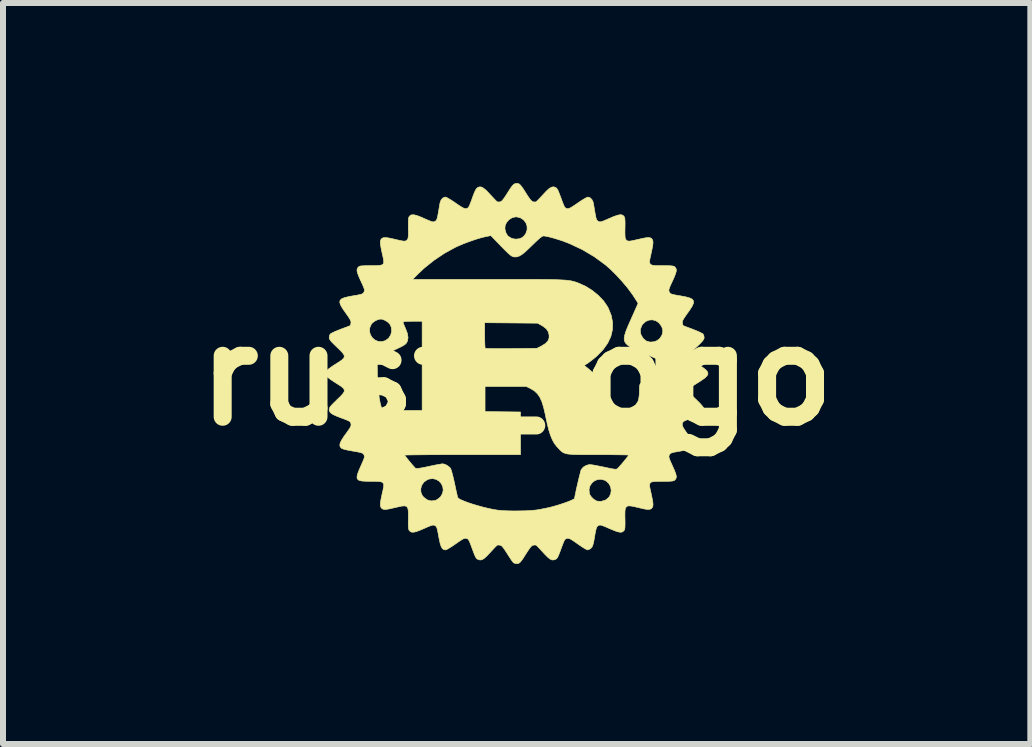
<source format=kicad_pcb>
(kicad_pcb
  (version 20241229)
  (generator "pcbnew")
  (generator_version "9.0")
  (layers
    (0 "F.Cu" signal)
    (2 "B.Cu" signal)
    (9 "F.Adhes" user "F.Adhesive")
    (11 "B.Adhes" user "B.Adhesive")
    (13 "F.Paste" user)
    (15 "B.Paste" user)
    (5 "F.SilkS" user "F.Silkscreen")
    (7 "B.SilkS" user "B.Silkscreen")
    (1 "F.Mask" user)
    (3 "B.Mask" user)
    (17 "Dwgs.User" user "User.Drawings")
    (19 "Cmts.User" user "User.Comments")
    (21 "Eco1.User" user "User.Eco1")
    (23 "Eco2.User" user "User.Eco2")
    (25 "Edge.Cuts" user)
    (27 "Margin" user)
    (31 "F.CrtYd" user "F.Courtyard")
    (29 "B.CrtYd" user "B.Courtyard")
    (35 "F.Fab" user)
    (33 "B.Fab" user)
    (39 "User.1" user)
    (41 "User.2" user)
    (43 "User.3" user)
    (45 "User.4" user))
  (footprint "rust_logo"
    (layer "F.Cu")
    (at 5.559 3.205)
    (property "Reference" "rust_logo" (at 0 0 0) (layer "F.SilkS") (effects (font (size 1.524 1.524) (thickness 0.3))))
    (attr through_hole)
    (fp_poly (pts (xy 0.031 -3.195) (xy 0.05 -3.184) (xy 0.075 -3.157) (xy 0.107 -3.112) (xy 0.15 -3.046) (xy 0.151 -3.043) (xy 0.191 -2.981) (xy 0.22 -2.939) (xy 0.243 -2.912) (xy 0.262 -2.897) (xy 0.275 -2.892) (xy 0.306 -2.889) (xy 0.323 -2.892) (xy 0.336 -2.903) (xy 0.363 -2.93) (xy 0.398 -2.967) (xy 0.438 -3.01) (xy 0.494 -3.07) (xy 0.539 -3.111) (xy 0.576 -3.134) (xy 0.607 -3.142) (xy 0.636 -3.137) (xy 0.64 -3.135) (xy 0.656 -3.126) (xy 0.67 -3.114) (xy 0.683 -3.094) (xy 0.698 -3.062) (xy 0.717 -3.014) (xy 0.742 -2.947) (xy 0.744 -2.94) (xy 0.768 -2.877) (xy 0.785 -2.834) (xy 0.8 -2.806) (xy 0.813 -2.79) (xy 0.828 -2.782) (xy 0.845 -2.778) (xy 0.864 -2.779) (xy 0.891 -2.79) (xy 0.929 -2.812) (xy 0.983 -2.848) (xy 1.018 -2.872) (xy 1.072 -2.909) (xy 1.121 -2.939) (xy 1.16 -2.961) (xy 1.184 -2.971) (xy 1.187 -2.972) (xy 1.223 -2.96) (xy 1.254 -2.93) (xy 1.274 -2.889) (xy 1.276 -2.88) (xy 1.282 -2.849) (xy 1.29 -2.802) (xy 1.3 -2.745) (xy 1.305 -2.712) (xy 1.316 -2.653) (xy 1.325 -2.614) (xy 1.335 -2.59) (xy 1.348 -2.575) (xy 1.36 -2.567) (xy 1.375 -2.56) (xy 1.391 -2.558) (xy 1.413 -2.562) (xy 1.445 -2.573) (xy 1.492 -2.593) (xy 1.541 -2.614) (xy 1.617 -2.647) (xy 1.675 -2.667) (xy 1.718 -2.677) (xy 1.75 -2.676) (xy 1.774 -2.664) (xy 1.785 -2.654) (xy 1.794 -2.641) (xy 1.801 -2.623) (xy 1.804 -2.596) (xy 1.806 -2.555) (xy 1.806 -2.496) (xy 1.805 -2.456) (xy 1.804 -2.384) (xy 1.805 -2.334) (xy 1.807 -2.3) (xy 1.812 -2.278) (xy 1.82 -2.263) (xy 1.824 -2.259) (xy 1.837 -2.246) (xy 1.853 -2.239) (xy 1.875 -2.237) (xy 1.909 -2.241) (xy 1.958 -2.251) (xy 2.027 -2.267) (xy 2.103 -2.284) (xy 2.158 -2.294) (xy 2.198 -2.297) (xy 2.225 -2.293) (xy 2.244 -2.283) (xy 2.252 -2.275) (xy 2.265 -2.257) (xy 2.271 -2.233) (xy 2.271 -2.199) (xy 2.265 -2.151) (xy 2.252 -2.085) (xy 2.24 -2.029) (xy 2.224 -1.959) (xy 2.215 -1.908) (xy 2.217 -1.872) (xy 2.231 -1.849) (xy 2.26 -1.836) (xy 2.307 -1.83) (xy 2.375 -1.829) (xy 2.433 -1.829) (xy 2.508 -1.828) (xy 2.561 -1.827) (xy 2.597 -1.823) (xy 2.62 -1.818) (xy 2.633 -1.81) (xy 2.634 -1.809) (xy 2.652 -1.787) (xy 2.66 -1.764) (xy 2.659 -1.733) (xy 2.647 -1.692) (xy 2.625 -1.636) (xy 2.598 -1.576) (xy 2.569 -1.514) (xy 2.55 -1.469) (xy 2.539 -1.439) (xy 2.536 -1.418) (xy 2.538 -1.402) (xy 2.545 -1.388) (xy 2.554 -1.373) (xy 2.566 -1.362) (xy 2.586 -1.353) (xy 2.619 -1.345) (xy 2.668 -1.335) (xy 2.731 -1.325) (xy 2.82 -1.308) (xy 2.885 -1.29) (xy 2.927 -1.269) (xy 2.947 -1.24) (xy 2.946 -1.203) (xy 2.925 -1.154) (xy 2.885 -1.091) (xy 2.85 -1.042) (xy 2.81 -0.985) (xy 2.783 -0.944) (xy 2.767 -0.915) (xy 2.761 -0.893) (xy 2.761 -0.874) (xy 2.761 -0.871) (xy 2.768 -0.844) (xy 2.772 -0.831) (xy 2.784 -0.825) (xy 2.816 -0.813) (xy 2.863 -0.795) (xy 2.92 -0.774) (xy 2.933 -0.769) (xy 2.993 -0.745) (xy 3.045 -0.723) (xy 3.084 -0.703) (xy 3.106 -0.69) (xy 3.107 -0.688) (xy 3.119 -0.66) (xy 3.124 -0.63) (xy 3.121 -0.612) (xy 3.11 -0.591) (xy 3.089 -0.564) (xy 3.055 -0.528) (xy 3.004 -0.479) (xy 2.997 -0.472) (xy 2.937 -0.415) (xy 2.896 -0.37) (xy 2.874 -0.335) (xy 2.872 -0.306) (xy 2.891 -0.277) (xy 2.929 -0.245) (xy 2.989 -0.205) (xy 3.023 -0.184) (xy 3.098 -0.135) (xy 3.151 -0.094) (xy 3.181 -0.059) (xy 3.188 -0.025) (xy 3.172 0.008) (xy 3.134 0.045) (xy 3.072 0.088) (xy 3.021 0.121) (xy 2.953 0.164) (xy 2.905 0.199) (xy 2.878 0.228) (xy 2.871 0.257) (xy 2.883 0.29) (xy 2.916 0.329) (xy 2.967 0.38) (xy 2.997 0.408) (xy 3.059 0.47) (xy 3.101 0.519) (xy 3.123 0.56) (xy 3.124 0.594) (xy 3.103 0.624) (xy 3.059 0.653) (xy 2.992 0.683) (xy 2.918 0.711) (xy 2.856 0.734) (xy 2.814 0.751) (xy 2.787 0.765) (xy 2.772 0.777) (xy 2.765 0.792) (xy 2.761 0.807) (xy 2.76 0.826) (xy 2.764 0.846) (xy 2.776 0.871) (xy 2.798 0.906) (xy 2.832 0.955) (xy 2.85 0.979) (xy 2.898 1.047) (xy 2.929 1.101) (xy 2.945 1.142) (xy 2.946 1.174) (xy 2.933 1.2) (xy 2.922 1.212) (xy 2.897 1.224) (xy 2.847 1.238) (xy 2.776 1.253) (xy 2.731 1.261) (xy 2.662 1.273) (xy 2.615 1.282) (xy 2.584 1.291) (xy 2.564 1.3) (xy 2.553 1.311) (xy 2.545 1.323) (xy 2.539 1.339) (xy 2.537 1.355) (xy 2.541 1.377) (xy 2.552 1.408) (xy 2.572 1.454) (xy 2.598 1.512) (xy 2.63 1.584) (xy 2.65 1.637) (xy 2.66 1.676) (xy 2.659 1.705) (xy 2.649 1.728) (xy 2.634 1.745) (xy 2.622 1.754) (xy 2.6 1.759) (xy 2.566 1.763) (xy 2.515 1.765) (xy 2.443 1.765) (xy 2.433 1.765) (xy 2.35 1.766) (xy 2.289 1.768) (xy 2.248 1.776) (xy 2.224 1.792) (xy 2.215 1.819) (xy 2.217 1.86) (xy 2.229 1.917) (xy 2.24 1.965) (xy 2.257 2.047) (xy 2.268 2.107) (xy 2.272 2.151) (xy 2.269 2.182) (xy 2.26 2.203) (xy 2.25 2.214) (xy 2.232 2.227) (xy 2.208 2.233) (xy 2.175 2.233) (xy 2.128 2.226) (xy 2.063 2.211) (xy 2.03 2.203) (xy 1.96 2.187) (xy 1.91 2.177) (xy 1.875 2.174) (xy 1.852 2.176) (xy 1.835 2.185) (xy 1.824 2.196) (xy 1.815 2.209) (xy 1.809 2.228) (xy 1.805 2.258) (xy 1.804 2.302) (xy 1.804 2.366) (xy 1.805 2.392) (xy 1.806 2.463) (xy 1.805 2.513) (xy 1.803 2.547) (xy 1.798 2.569) (xy 1.79 2.584) (xy 1.785 2.59) (xy 1.764 2.607) (xy 1.737 2.614) (xy 1.702 2.61) (xy 1.653 2.596) (xy 1.588 2.57) (xy 1.541 2.55) (xy 1.48 2.523) (xy 1.437 2.506) (xy 1.408 2.496) (xy 1.388 2.494) (xy 1.372 2.497) (xy 1.36 2.503) (xy 1.346 2.513) (xy 1.336 2.527) (xy 1.327 2.549) (xy 1.318 2.585) (xy 1.307 2.638) (xy 1.299 2.686) (xy 1.287 2.756) (xy 1.276 2.805) (xy 1.266 2.838) (xy 1.255 2.86) (xy 1.242 2.876) (xy 1.238 2.88) (xy 1.209 2.899) (xy 1.183 2.908) (xy 1.182 2.908) (xy 1.163 2.901) (xy 1.128 2.882) (xy 1.083 2.853) (xy 1.03 2.817) (xy 1.018 2.808) (xy 0.957 2.766) (xy 0.913 2.737) (xy 0.881 2.72) (xy 0.858 2.714) (xy 0.846 2.714) (xy 0.828 2.719) (xy 0.813 2.727) (xy 0.8 2.742) (xy 0.786 2.768) (xy 0.77 2.809) (xy 0.747 2.868) (xy 0.736 2.9) (xy 0.712 2.964) (xy 0.694 3.008) (xy 0.679 3.037) (xy 0.665 3.054) (xy 0.649 3.065) (xy 0.643 3.067) (xy 0.614 3.076) (xy 0.585 3.074) (xy 0.554 3.059) (xy 0.517 3.029) (xy 0.47 2.982) (xy 0.438 2.947) (xy 0.397 2.903) (xy 0.362 2.865) (xy 0.336 2.839) (xy 0.323 2.828) (xy 0.301 2.826) (xy 0.276 2.829) (xy 0.258 2.836) (xy 0.238 2.854) (xy 0.213 2.886) (xy 0.18 2.935) (xy 0.157 2.97) (xy 0.117 3.034) (xy 0.086 3.08) (xy 0.062 3.109) (xy 0.042 3.127) (xy 0.022 3.135) (xy 0.001 3.137) (xy 0 3.137) (xy -0.033 3.131) (xy -0.053 3.121) (xy -0.068 3.104) (xy -0.092 3.071) (xy -0.122 3.025) (xy -0.156 2.972) (xy -0.157 2.97) (xy -0.196 2.91) (xy -0.225 2.87) (xy -0.247 2.844) (xy -0.266 2.832) (xy -0.276 2.829) (xy -0.306 2.826) (xy -0.323 2.828) (xy -0.336 2.84) (xy -0.363 2.866) (xy -0.398 2.904) (xy -0.438 2.947) (xy -0.492 3.004) (xy -0.534 3.044) (xy -0.568 3.067) (xy -0.598 3.076) (xy -0.626 3.073) (xy -0.643 3.067) (xy -0.66 3.058) (xy -0.675 3.043) (xy -0.689 3.018) (xy -0.706 2.98) (xy -0.728 2.922) (xy -0.736 2.9) (xy -0.761 2.832) (xy -0.78 2.783) (xy -0.795 2.751) (xy -0.808 2.732) (xy -0.821 2.722) (xy -0.838 2.716) (xy -0.846 2.714) (xy -0.864 2.715) (xy -0.89 2.724) (xy -0.925 2.744) (xy -0.974 2.777) (xy -1.018 2.808) (xy -1.072 2.845) (xy -1.121 2.876) (xy -1.159 2.898) (xy -1.184 2.908) (xy -1.186 2.908) (xy -1.215 2.903) (xy -1.239 2.885) (xy -1.258 2.852) (xy -1.275 2.8) (xy -1.291 2.727) (xy -1.299 2.685) (xy -1.311 2.618) (xy -1.321 2.571) (xy -1.33 2.54) (xy -1.339 2.521) (xy -1.351 2.509) (xy -1.36 2.503) (xy -1.376 2.496) (xy -1.392 2.494) (xy -1.413 2.498) (xy -1.445 2.509) (xy -1.491 2.528) (xy -1.541 2.55) (xy -1.618 2.583) (xy -1.675 2.604) (xy -1.718 2.613) (xy -1.75 2.612) (xy -1.773 2.601) (xy -1.785 2.59) (xy -1.794 2.577) (xy -1.801 2.559) (xy -1.804 2.532) (xy -1.806 2.492) (xy -1.806 2.432) (xy -1.805 2.392) (xy -1.804 2.308) (xy -1.807 2.247) (xy -1.816 2.206) (xy -1.836 2.182) (xy -1.868 2.174) (xy -1.916 2.178) (xy -1.984 2.193) (xy -2.03 2.203) (xy -2.105 2.221) (xy -2.16 2.231) (xy -2.2 2.234) (xy -2.227 2.229) (xy -2.246 2.218) (xy -2.252 2.212) (xy -2.265 2.193) (xy -2.271 2.169) (xy -2.271 2.135) (xy -2.265 2.087) (xy -2.252 2.022) (xy -2.24 1.965) (xy -2.224 1.896) (xy -2.222 1.885) (xy -1.598 1.885) (xy -1.596 1.944) (xy -1.574 2) (xy -1.547 2.032) (xy -1.488 2.075) (xy -1.425 2.092) (xy -1.361 2.085) (xy -1.342 2.078) (xy -1.306 2.056) (xy -1.271 2.026) (xy -1.267 2.021) (xy -1.235 1.966) (xy -1.224 1.909) (xy -1.232 1.853) (xy -1.256 1.803) (xy -1.294 1.761) (xy -1.342 1.733) (xy -1.398 1.72) (xy -1.459 1.727) (xy -1.49 1.739) (xy -1.544 1.777) (xy -1.58 1.827) (xy -1.598 1.885) (xy -2.222 1.885) (xy -2.215 1.844) (xy -2.217 1.809) (xy -2.231 1.786) (xy -2.26 1.773) (xy -2.307 1.767) (xy -2.375 1.765) (xy -2.433 1.765) (xy -2.522 1.764) (xy -2.588 1.759) (xy -2.632 1.746) (xy -2.656 1.724) (xy -2.661 1.689) (xy -2.65 1.64) (xy -2.624 1.573) (xy -2.598 1.513) (xy -2.57 1.45) (xy -2.551 1.405) (xy -2.54 1.374) (xy -2.537 1.353) (xy -2.539 1.337) (xy -2.543 1.328) (xy -1.867 1.328) (xy -1.859 1.341) (xy -1.839 1.367) (xy -1.81 1.403) (xy -1.777 1.444) (xy -1.744 1.483) (xy -1.714 1.517) (xy -1.693 1.54) (xy -1.686 1.547) (xy -1.672 1.551) (xy -1.645 1.55) (xy -1.6 1.544) (xy -1.536 1.532) (xy -1.466 1.517) (xy -1.396 1.502) (xy -1.332 1.489) (xy -1.279 1.48) (xy -1.243 1.474) (xy -1.232 1.473) (xy -1.191 1.483) (xy -1.147 1.507) (xy -1.11 1.539) (xy -1.1 1.552) (xy -1.092 1.574) (xy -1.079 1.616) (xy -1.064 1.673) (xy -1.048 1.741) (xy -1.035 1.797) (xy -1.02 1.869) (xy -1.006 1.934) (xy -0.994 1.986) (xy -0.986 2.021) (xy -0.983 2.034) (xy -0.967 2.051) (xy -0.93 2.072) (xy -0.875 2.095) (xy -0.807 2.121) (xy -0.728 2.147) (xy -0.643 2.172) (xy -0.556 2.196) (xy -0.469 2.217) (xy -0.387 2.234) (xy -0.313 2.246) (xy -0.311 2.246) (xy -0.24 2.253) (xy -0.151 2.257) (xy -0.052 2.259) (xy 0.051 2.258) (xy 0.151 2.256) (xy 0.241 2.251) (xy 0.315 2.244) (xy 0.333 2.242) (xy 0.403 2.23) (xy 0.478 2.215) (xy 0.546 2.201) (xy 0.562 2.197) (xy 0.634 2.177) (xy 0.709 2.155) (xy 0.781 2.131) (xy 0.846 2.108) (xy 0.901 2.086) (xy 0.941 2.067) (xy 0.963 2.054) (xy 0.965 2.049) (xy 0.968 2.027) (xy 0.976 1.986) (xy 0.988 1.93) (xy 0.994 1.9) (xy 1.206 1.9) (xy 1.211 1.962) (xy 1.218 1.984) (xy 1.244 2.025) (xy 1.284 2.064) (xy 1.329 2.091) (xy 1.339 2.095) (xy 1.403 2.1) (xy 1.469 2.082) (xy 1.496 2.068) (xy 1.541 2.027) (xy 1.567 1.975) (xy 1.575 1.917) (xy 1.566 1.859) (xy 1.539 1.805) (xy 1.494 1.762) (xy 1.473 1.749) (xy 1.411 1.731) (xy 1.352 1.734) (xy 1.298 1.756) (xy 1.253 1.793) (xy 1.221 1.842) (xy 1.206 1.9) (xy 0.994 1.9) (xy 1.002 1.865) (xy 1.018 1.796) (xy 1.034 1.728) (xy 1.049 1.667) (xy 1.062 1.616) (xy 1.071 1.582) (xy 1.075 1.571) (xy 1.109 1.53) (xy 1.158 1.5) (xy 1.211 1.486) (xy 1.219 1.486) (xy 1.247 1.489) (xy 1.294 1.496) (xy 1.355 1.508) (xy 1.424 1.522) (xy 1.46 1.529) (xy 1.535 1.545) (xy 1.589 1.556) (xy 1.626 1.562) (xy 1.65 1.564) (xy 1.666 1.561) (xy 1.677 1.555) (xy 1.681 1.551) (xy 1.7 1.532) (xy 1.728 1.501) (xy 1.761 1.463) (xy 1.795 1.422) (xy 1.827 1.383) (xy 1.852 1.351) (xy 1.865 1.332) (xy 1.867 1.328) (xy 1.855 1.327) (xy 1.82 1.325) (xy 1.765 1.324) (xy 1.692 1.323) (xy 1.605 1.322) (xy 1.506 1.321) (xy 1.398 1.321) (xy 1.358 1.321) (xy 1.224 1.321) (xy 1.114 1.321) (xy 1.023 1.32) (xy 0.951 1.318) (xy 0.893 1.314) (xy 0.848 1.309) (xy 0.813 1.301) (xy 0.785 1.291) (xy 0.762 1.278) (xy 0.741 1.261) (xy 0.719 1.24) (xy 0.698 1.218) (xy 0.657 1.172) (xy 0.621 1.122) (xy 0.591 1.065) (xy 0.563 0.997) (xy 0.537 0.916) (xy 0.512 0.817) (xy 0.486 0.698) (xy 0.476 0.648) (xy 0.449 0.532) (xy 0.42 0.438) (xy 0.386 0.363) (xy 0.345 0.305) (xy 0.296 0.259) (xy 0.236 0.222) (xy 0.232 0.22) (xy 0.159 0.184) (xy -0.184 0.184) (xy -0.527 0.184) (xy -0.527 0.603) (xy 0.064 0.61) (xy 0.064 1.321) (xy -0.902 1.321) (xy -1.056 1.321) (xy -1.202 1.321) (xy -1.339 1.322) (xy -1.465 1.322) (xy -1.577 1.323) (xy -1.673 1.324) (xy -1.753 1.325) (xy -1.812 1.326) (xy -1.851 1.327) (xy -1.867 1.328) (xy -1.867 1.328) (xy -2.543 1.328) (xy -2.545 1.323) (xy -2.554 1.309) (xy -2.567 1.298) (xy -2.588 1.29) (xy -2.621 1.281) (xy -2.672 1.271) (xy -2.731 1.261) (xy -2.813 1.246) (xy -2.874 1.232) (xy -2.912 1.218) (xy -2.922 1.212) (xy -2.942 1.187) (xy -2.947 1.158) (xy -2.939 1.122) (xy -2.915 1.075) (xy -2.876 1.014) (xy -2.85 0.979) (xy -2.81 0.923) (xy -2.783 0.884) (xy -2.767 0.855) (xy -2.76 0.834) (xy -2.76 0.815) (xy -2.761 0.807) (xy -2.766 0.789) (xy -2.774 0.775) (xy -2.791 0.763) (xy -2.819 0.749) (xy -2.864 0.731) (xy -2.918 0.711) (xy -2.996 0.681) (xy -3.052 0.656) (xy -3.09 0.633) (xy -3.112 0.61) (xy -3.123 0.585) (xy -3.124 0.567) (xy -3.121 0.549) (xy -3.111 0.528) (xy -3.09 0.502) (xy -3.056 0.466) (xy -3.006 0.418) (xy -2.997 0.408) (xy -2.937 0.351) (xy -2.896 0.306) (xy -2.874 0.271) (xy -2.872 0.241) (xy -2.89 0.212) (xy -2.929 0.18) (xy -2.988 0.142) (xy -3.023 0.12) (xy -3.098 0.071) (xy -3.151 0.031) (xy -3.181 -0.004) (xy -3.188 -0.037) (xy -3.172 -0.071) (xy -3.134 -0.108) (xy -3.081 -0.146) (xy -2.323 -0.146) (xy -2.322 -0.075) (xy -2.321 0.003) (xy -2.321 0.004) (xy -2.315 0.133) (xy -2.305 0.255) (xy -2.291 0.366) (xy -2.274 0.461) (xy -2.254 0.536) (xy -2.248 0.553) (xy -2.236 0.584) (xy -1.575 0.584) (xy -1.575 -0.669) (xy -0.533 -0.669) (xy -0.533 -0.599) (xy -0.531 -0.538) (xy -0.529 -0.49) (xy -0.526 -0.46) (xy -0.524 -0.452) (xy -0.51 -0.45) (xy -0.473 -0.448) (xy -0.416 -0.447) (xy -0.344 -0.446) (xy -0.258 -0.446) (xy -0.162 -0.446) (xy -0.089 -0.447) (xy 0.337 -0.451) (xy 0.413 -0.489) (xy 0.479 -0.53) (xy 0.521 -0.575) (xy 0.541 -0.625) (xy 0.541 -0.671) (xy 0.525 -0.729) (xy 0.494 -0.776) (xy 0.442 -0.817) (xy 0.417 -0.832) (xy 0.349 -0.87) (xy -0.533 -0.878) (xy -0.533 -0.669) (xy -1.575 -0.669) (xy -1.575 -0.902) (xy -1.734 -0.902) (xy -1.802 -0.901) (xy -1.848 -0.899) (xy -1.876 -0.896) (xy -1.89 -0.89) (xy -1.892 -0.884) (xy -1.887 -0.865) (xy -1.873 -0.829) (xy -1.854 -0.786) (xy -1.851 -0.779) (xy -1.82 -0.697) (xy -1.81 -0.628) (xy -1.821 -0.569) (xy -1.837 -0.539) (xy -1.853 -0.522) (xy -1.879 -0.503) (xy -1.918 -0.481) (xy -1.973 -0.454) (xy -2.047 -0.419) (xy -2.088 -0.401) (xy -2.168 -0.365) (xy -2.227 -0.337) (xy -2.269 -0.316) (xy -2.296 -0.299) (xy -2.312 -0.285) (xy -2.319 -0.273) (xy -2.32 -0.27) (xy -2.322 -0.248) (xy -2.323 -0.205) (xy -2.323 -0.146) (xy -3.081 -0.146) (xy -3.073 -0.152) (xy -3.022 -0.185) (xy -2.953 -0.228) (xy -2.905 -0.263) (xy -2.878 -0.293) (xy -2.871 -0.322) (xy -2.884 -0.354) (xy -2.916 -0.393) (xy -2.967 -0.444) (xy -2.997 -0.472) (xy -3.049 -0.523) (xy -3.086 -0.56) (xy -3.108 -0.588) (xy -3.12 -0.609) (xy -3.124 -0.628) (xy -3.124 -0.63) (xy -3.118 -0.665) (xy -3.107 -0.688) (xy -3.089 -0.701) (xy -3.053 -0.719) (xy -3.03 -0.729) (xy -2.452 -0.729) (xy -2.435 -0.674) (xy -2.404 -0.626) (xy -2.36 -0.589) (xy -2.307 -0.566) (xy -2.249 -0.562) (xy -2.188 -0.579) (xy -2.185 -0.581) (xy -2.133 -0.62) (xy -2.099 -0.673) (xy -2.083 -0.735) (xy -2.088 -0.798) (xy -2.109 -0.848) (xy -2.14 -0.882) (xy -2.185 -0.913) (xy -2.234 -0.934) (xy -2.267 -0.939) (xy -2.311 -0.93) (xy -2.36 -0.907) (xy -2.403 -0.875) (xy -2.425 -0.848) (xy -2.449 -0.789) (xy -2.452 -0.729) (xy -3.03 -0.729) (xy -3.002 -0.741) (xy -2.943 -0.765) (xy -2.933 -0.769) (xy -2.874 -0.791) (xy -2.825 -0.809) (xy -2.79 -0.823) (xy -2.773 -0.83) (xy -2.772 -0.831) (xy -2.768 -0.844) (xy -2.761 -0.871) (xy -2.76 -0.89) (xy -2.766 -0.911) (xy -2.78 -0.938) (xy -2.804 -0.977) (xy -2.842 -1.031) (xy -2.85 -1.042) (xy -2.901 -1.115) (xy -2.934 -1.173) (xy -2.948 -1.218) (xy -2.942 -1.251) (xy -2.915 -1.277) (xy -2.865 -1.297) (xy -2.791 -1.314) (xy -2.731 -1.325) (xy -2.663 -1.336) (xy -2.615 -1.346) (xy -2.584 -1.354) (xy -2.565 -1.363) (xy -2.553 -1.374) (xy -2.545 -1.388) (xy -2.538 -1.403) (xy -2.536 -1.419) (xy -2.54 -1.44) (xy -2.551 -1.471) (xy -2.57 -1.516) (xy -2.598 -1.576) (xy -2.609 -1.6) (xy -1.733 -1.6) (xy -0.474 -1.6) (xy -0.261 -1.6) (xy -0.071 -1.6) (xy 0.095 -1.6) (xy 0.242 -1.6) (xy 0.369 -1.599) (xy 0.479 -1.598) (xy 0.574 -1.597) (xy 0.654 -1.595) (xy 0.722 -1.592) (xy 0.779 -1.589) (xy 0.827 -1.586) (xy 0.867 -1.581) (xy 0.901 -1.576) (xy 0.93 -1.57) (xy 0.957 -1.563) (xy 0.983 -1.555) (xy 1.009 -1.546) (xy 1.036 -1.536) (xy 1.152 -1.483) (xy 1.262 -1.414) (xy 1.362 -1.332) (xy 1.448 -1.242) (xy 1.513 -1.147) (xy 1.527 -1.121) (xy 1.576 -0.999) (xy 1.599 -0.88) (xy 1.596 -0.763) (xy 1.569 -0.648) (xy 1.517 -0.537) (xy 1.44 -0.429) (xy 1.338 -0.324) (xy 1.297 -0.289) (xy 1.25 -0.252) (xy 1.207 -0.219) (xy 1.174 -0.196) (xy 1.159 -0.187) (xy 1.138 -0.174) (xy 1.131 -0.166) (xy 1.14 -0.155) (xy 1.164 -0.135) (xy 1.183 -0.121) (xy 1.244 -0.068) (xy 1.306 -0.003) (xy 1.362 0.067) (xy 1.404 0.134) (xy 1.41 0.147) (xy 1.43 0.195) (xy 1.451 0.257) (xy 1.471 0.323) (xy 1.478 0.35) (xy 1.495 0.417) (xy 1.507 0.464) (xy 1.518 0.495) (xy 1.53 0.515) (xy 1.545 0.53) (xy 1.564 0.543) (xy 1.57 0.547) (xy 1.647 0.583) (xy 1.729 0.596) (xy 1.818 0.586) (xy 1.855 0.576) (xy 1.925 0.544) (xy 1.982 0.495) (xy 2.021 0.434) (xy 2.029 0.41) (xy 2.037 0.372) (xy 2.043 0.319) (xy 2.045 0.263) (xy 2.045 0.261) (xy 2.046 0.199) (xy 2.051 0.158) (xy 2.065 0.133) (xy 2.092 0.12) (xy 2.136 0.115) (xy 2.198 0.114) (xy 2.325 0.114) (xy 2.318 -0.282) (xy 2.089 -0.382) (xy 1.993 -0.425) (xy 1.917 -0.461) (xy 1.86 -0.495) (xy 1.821 -0.53) (xy 1.798 -0.568) (xy 1.791 -0.612) (xy 1.799 -0.667) (xy 1.814 -0.714) (xy 2.061 -0.714) (xy 2.075 -0.67) (xy 2.112 -0.611) (xy 2.162 -0.572) (xy 2.222 -0.555) (xy 2.288 -0.56) (xy 2.339 -0.579) (xy 2.388 -0.618) (xy 2.422 -0.674) (xy 2.432 -0.712) (xy 2.435 -0.753) (xy 2.425 -0.791) (xy 2.411 -0.822) (xy 2.371 -0.876) (xy 2.319 -0.911) (xy 2.262 -0.926) (xy 2.203 -0.921) (xy 2.147 -0.897) (xy 2.1 -0.852) (xy 2.086 -0.831) (xy 2.062 -0.771) (xy 2.061 -0.714) (xy 1.814 -0.714) (xy 1.82 -0.735) (xy 1.854 -0.82) (xy 1.9 -0.923) (xy 1.907 -0.939) (xy 2.023 -1.2) (xy 1.999 -1.241) (xy 1.933 -1.343) (xy 1.852 -1.453) (xy 1.759 -1.564) (xy 1.66 -1.672) (xy 1.561 -1.77) (xy 1.48 -1.841) (xy 1.294 -1.977) (xy 1.094 -2.096) (xy 0.883 -2.195) (xy 0.764 -2.241) (xy 0.686 -2.266) (xy 0.61 -2.289) (xy 0.542 -2.307) (xy 0.486 -2.319) (xy 0.449 -2.324) (xy 0.446 -2.324) (xy 0.433 -2.321) (xy 0.414 -2.309) (xy 0.386 -2.288) (xy 0.349 -2.255) (xy 0.299 -2.208) (xy 0.235 -2.146) (xy 0.205 -2.117) (xy 0.14 -2.056) (xy 0.086 -2.013) (xy 0.04 -1.987) (xy -0.001 -1.974) (xy -0.042 -1.974) (xy -0.048 -1.975) (xy -0.068 -1.981) (xy -0.089 -1.992) (xy -0.116 -2.012) (xy -0.15 -2.043) (xy -0.196 -2.088) (xy -0.255 -2.148) (xy -0.263 -2.156) (xy -0.43 -2.329) (xy -0.517 -2.312) (xy -0.595 -2.293) (xy -0.688 -2.265) (xy -0.789 -2.23) (xy -0.89 -2.192) (xy -0.985 -2.151) (xy -1.022 -2.134) (xy -1.201 -2.036) (xy -1.376 -1.919) (xy -1.541 -1.787) (xy -1.657 -1.677) (xy -1.733 -1.6) (xy -2.609 -1.6) (xy -2.63 -1.647) (xy -2.65 -1.7) (xy -2.66 -1.739) (xy -2.659 -1.768) (xy -2.649 -1.791) (xy -2.634 -1.809) (xy -2.622 -1.817) (xy -2.6 -1.823) (xy -2.566 -1.826) (xy -2.515 -1.828) (xy -2.443 -1.829) (xy -2.433 -1.829) (xy -2.35 -1.829) (xy -2.289 -1.832) (xy -2.248 -1.84) (xy -2.224 -1.856) (xy -2.215 -1.883) (xy -2.217 -1.923) (xy -2.229 -1.981) (xy -2.24 -2.029) (xy -2.257 -2.11) (xy -2.268 -2.171) (xy -2.272 -2.215) (xy -2.269 -2.245) (xy -2.26 -2.267) (xy -2.25 -2.278) (xy -2.232 -2.29) (xy -2.209 -2.296) (xy -2.177 -2.296) (xy -2.132 -2.29) (xy -2.069 -2.277) (xy -2.027 -2.267) (xy -1.958 -2.251) (xy -1.909 -2.241) (xy -1.875 -2.237) (xy -1.853 -2.239) (xy -1.837 -2.247) (xy -1.824 -2.259) (xy -1.815 -2.272) (xy -1.809 -2.292) (xy -1.805 -2.321) (xy -1.804 -2.365) (xy -1.804 -2.429) (xy -1.805 -2.442) (xy -0.196 -2.442) (xy -0.182 -2.383) (xy -0.154 -2.333) (xy -0.14 -2.318) (xy -0.084 -2.283) (xy -0.019 -2.27) (xy 0.047 -2.277) (xy 0.091 -2.296) (xy 0.118 -2.319) (xy 0.146 -2.354) (xy 0.153 -2.365) (xy 0.174 -2.426) (xy 0.173 -2.487) (xy 0.153 -2.544) (xy 0.115 -2.591) (xy 0.064 -2.625) (xy 0.002 -2.641) (xy -0.013 -2.642) (xy -0.071 -2.63) (xy -0.124 -2.598) (xy -0.167 -2.551) (xy -0.192 -2.497) (xy -0.196 -2.442) (xy -1.805 -2.442) (xy -1.805 -2.456) (xy -1.806 -2.527) (xy -1.805 -2.576) (xy -1.803 -2.61) (xy -1.798 -2.632) (xy -1.79 -2.647) (xy -1.785 -2.654) (xy -1.764 -2.671) (xy -1.737 -2.677) (xy -1.701 -2.674) (xy -1.651 -2.66) (xy -1.585 -2.634) (xy -1.541 -2.614) (xy -1.479 -2.587) (xy -1.436 -2.57) (xy -1.407 -2.56) (xy -1.387 -2.558) (xy -1.372 -2.561) (xy -1.36 -2.567) (xy -1.344 -2.578) (xy -1.333 -2.595) (xy -1.323 -2.622) (xy -1.314 -2.665) (xy -1.305 -2.712) (xy -1.295 -2.771) (xy -1.286 -2.824) (xy -1.279 -2.865) (xy -1.276 -2.88) (xy -1.259 -2.923) (xy -1.23 -2.956) (xy -1.194 -2.971) (xy -1.187 -2.972) (xy -1.167 -2.965) (xy -1.131 -2.945) (xy -1.084 -2.916) (xy -1.03 -2.881) (xy -1.018 -2.872) (xy -0.955 -2.829) (xy -0.909 -2.8) (xy -0.877 -2.784) (xy -0.854 -2.778) (xy -0.845 -2.778) (xy -0.825 -2.783) (xy -0.81 -2.793) (xy -0.796 -2.811) (xy -0.781 -2.843) (xy -0.762 -2.892) (xy -0.749 -2.927) (xy -0.723 -3.001) (xy -0.702 -3.053) (xy -0.684 -3.09) (xy -0.669 -3.113) (xy -0.654 -3.127) (xy -0.641 -3.135) (xy -0.612 -3.142) (xy -0.582 -3.137) (xy -0.547 -3.116) (xy -0.504 -3.08) (xy -0.451 -3.024) (xy -0.438 -3.01) (xy -0.397 -2.966) (xy -0.362 -2.929) (xy -0.336 -2.903) (xy -0.323 -2.892) (xy -0.301 -2.889) (xy -0.275 -2.892) (xy -0.258 -2.899) (xy -0.239 -2.916) (xy -0.215 -2.946) (xy -0.183 -2.993) (xy -0.151 -3.043) (xy -0.11 -3.108) (xy -0.077 -3.154) (xy -0.049 -3.183) (xy -0.024 -3.197) (xy 0.002 -3.2) (xy 0.031 -3.195)) (stroke (width 0.01) (type solid)) (fill yes) (layer "F.SilkS")))
  (gr_rect
    (start -3 -3)
    (end 14.118 9.347)
    (stroke (width 0.1) (type default))
    (fill no)
    (layer "Edge.Cuts")))
</source>
